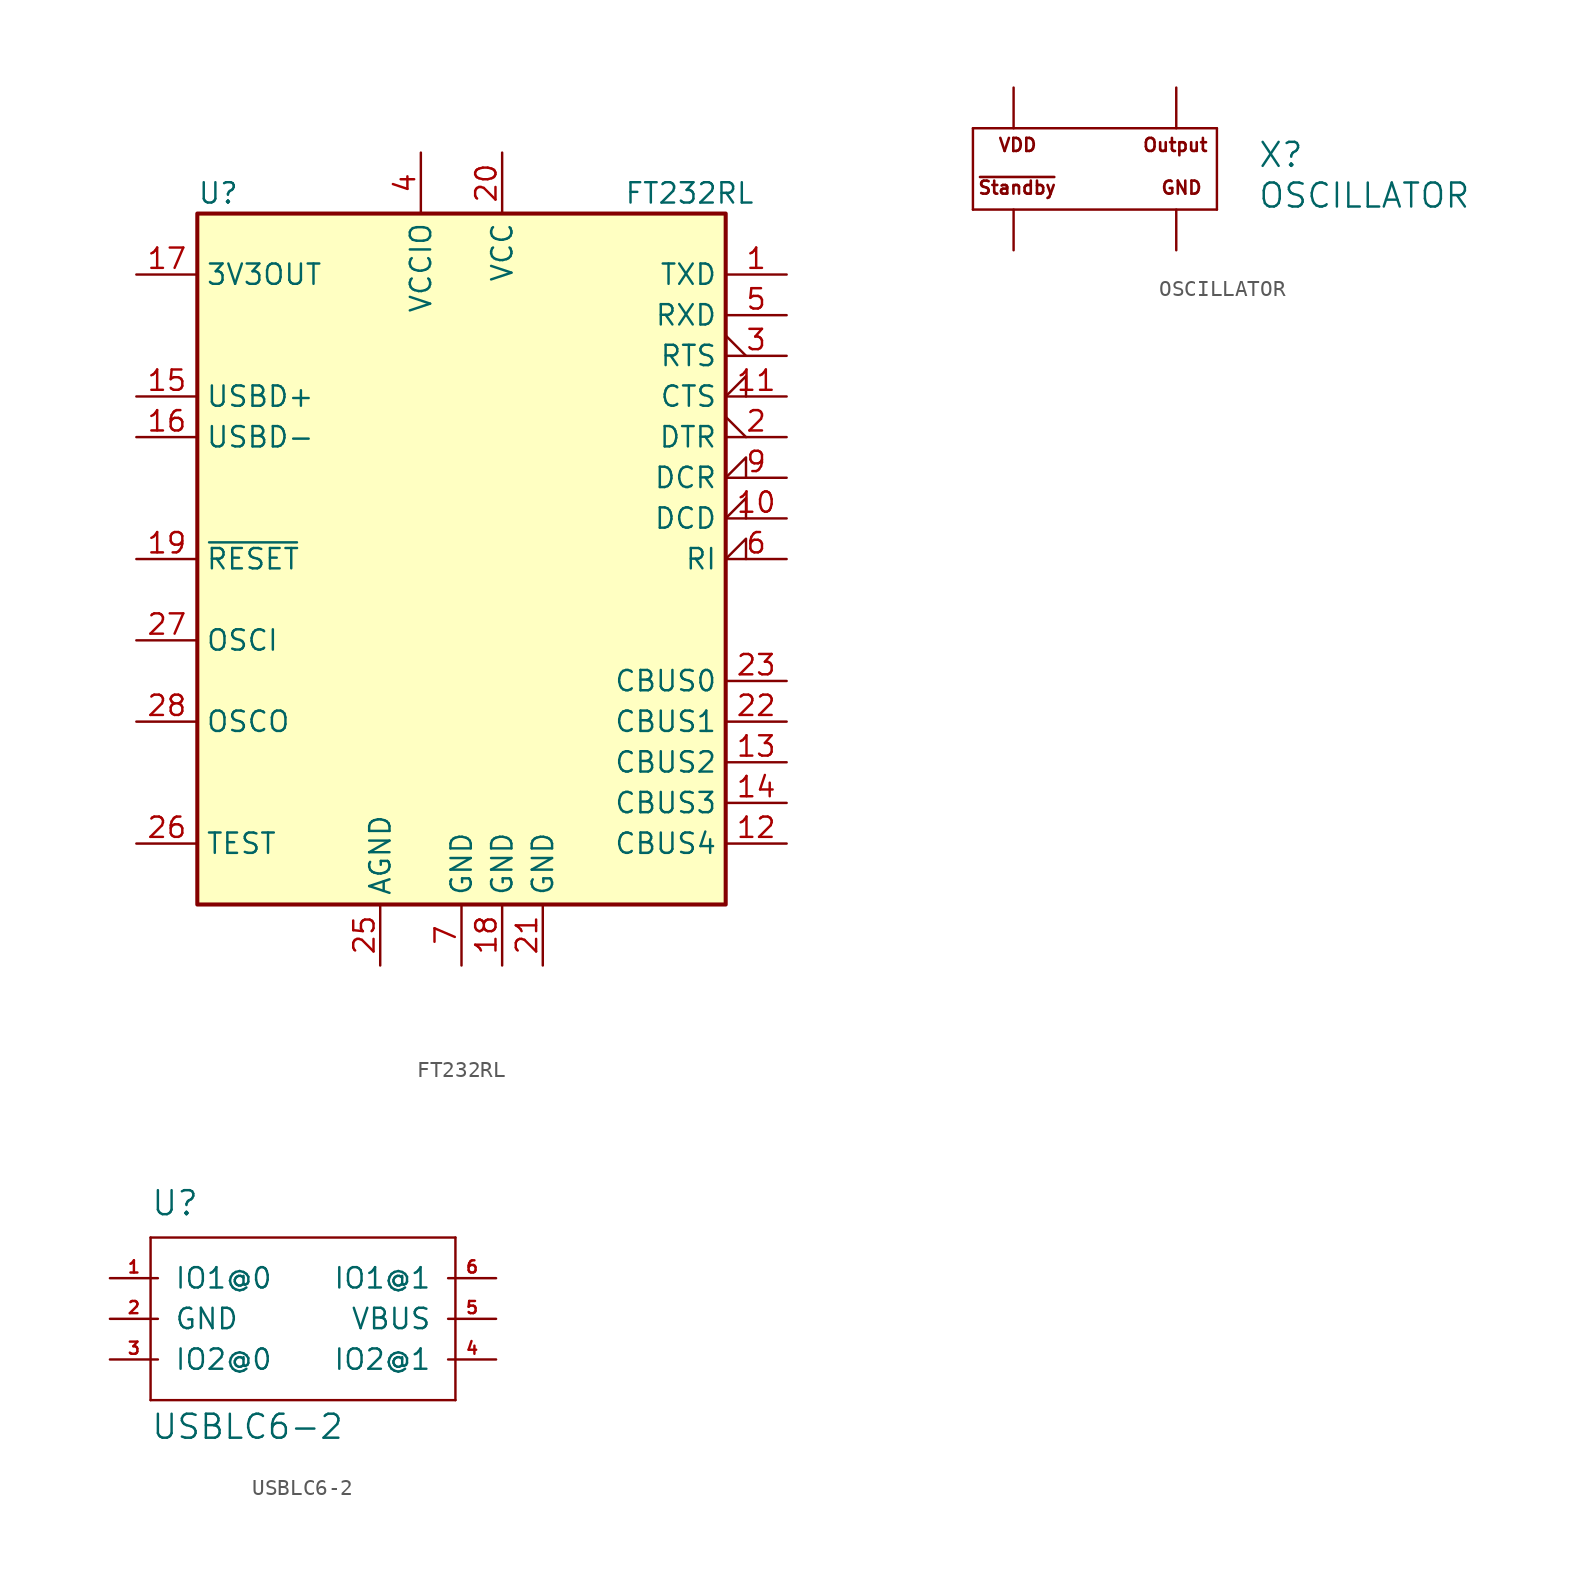
<source format=kicad_sym>
(kicad_symbol_lib
  (version 20211014)
  (generator kicad_symbol_editor)
  (symbol "FT232RL"
    (property "Reference" "U"
      (at -16.51 22.86 0)
      (effects (font (size 1.27 1.27)) (justify left)))
    (property "Value" "FT232RL"
      (at 10.16 22.86 0)
      (effects (font (size 1.27 1.27)) (justify left)))
    (symbol "FT232RL_0_0"
      (pin no_connect line (at 8.89 0 180) (length 2.54) hide (name "N.C." (effects (font (size 1.27 1.27)))) (number "24" (effects (font (size 1.27 1.27)))))
      (pin no_connect line (at 8.89 2.54 180) (length 2.54) hide (name "N.C." (effects (font (size 1.27 1.27)))) (number "8" (effects (font (size 1.27 1.27))))))
    (symbol "FT232RL_0_1"
      (rectangle (start -16.51 21.59) (end 16.51 -21.59) (stroke (width 0.254) (type default) (color 0 0 0 0)) (fill (type background))))
    (symbol "FT232RL_1_1"
      (pin output line (at 20.32 17.78 180) (length 3.81) (name "TXD" (effects (font (size 1.27 1.27)))) (number "1" (effects (font (size 1.27 1.27)))))
      (pin input input_low (at 20.32 2.54 180) (length 3.81) (name "DCD" (effects (font (size 1.27 1.27)))) (number "10" (effects (font (size 1.27 1.27)))))
      (pin input input_low (at 20.32 10.16 180) (length 3.81) (name "CTS" (effects (font (size 1.27 1.27)))) (number "11" (effects (font (size 1.27 1.27)))))
      (pin bidirectional line (at 20.32 -17.78 180) (length 3.81) (name "CBUS4" (effects (font (size 1.27 1.27)))) (number "12" (effects (font (size 1.27 1.27)))))
      (pin bidirectional line (at 20.32 -12.7 180) (length 3.81) (name "CBUS2" (effects (font (size 1.27 1.27)))) (number "13" (effects (font (size 1.27 1.27)))))
      (pin bidirectional line (at 20.32 -15.24 180) (length 3.81) (name "CBUS3" (effects (font (size 1.27 1.27)))) (number "14" (effects (font (size 1.27 1.27)))))
      (pin bidirectional line (at -20.32 10.16 0) (length 3.81) (name "USBD+" (effects (font (size 1.27 1.27)))) (number "15" (effects (font (size 1.27 1.27)))))
      (pin bidirectional line (at -20.32 7.62 0) (length 3.81) (name "USBD-" (effects (font (size 1.27 1.27)))) (number "16" (effects (font (size 1.27 1.27)))))
      (pin power_out line (at -20.32 17.78 0) (length 3.81) (name "3V3OUT" (effects (font (size 1.27 1.27)))) (number "17" (effects (font (size 1.27 1.27)))))
      (pin power_in line (at 2.54 -25.4 90) (length 3.81) (name "GND" (effects (font (size 1.27 1.27)))) (number "18" (effects (font (size 1.27 1.27)))))
      (pin input line (at -20.32 0 0) (length 3.81) (name "~{RESET}" (effects (font (size 1.27 1.27)))) (number "19" (effects (font (size 1.27 1.27)))))
      (pin output output_low (at 20.32 7.62 180) (length 3.81) (name "DTR" (effects (font (size 1.27 1.27)))) (number "2" (effects (font (size 1.27 1.27)))))
      (pin power_in line (at 2.54 25.4 270) (length 3.81) (name "VCC" (effects (font (size 1.27 1.27)))) (number "20" (effects (font (size 1.27 1.27)))))
      (pin power_in line (at 5.08 -25.4 90) (length 3.81) (name "GND" (effects (font (size 1.27 1.27)))) (number "21" (effects (font (size 1.27 1.27)))))
      (pin bidirectional line (at 20.32 -10.16 180) (length 3.81) (name "CBUS1" (effects (font (size 1.27 1.27)))) (number "22" (effects (font (size 1.27 1.27)))))
      (pin bidirectional line (at 20.32 -7.62 180) (length 3.81) (name "CBUS0" (effects (font (size 1.27 1.27)))) (number "23" (effects (font (size 1.27 1.27)))))
      (pin power_in line (at -5.08 -25.4 90) (length 3.81) (name "AGND" (effects (font (size 1.27 1.27)))) (number "25" (effects (font (size 1.27 1.27)))))
      (pin input line (at -20.32 -17.78 0) (length 3.81) (name "TEST" (effects (font (size 1.27 1.27)))) (number "26" (effects (font (size 1.27 1.27)))))
      (pin input line (at -20.32 -5.08 0) (length 3.81) (name "OSCI" (effects (font (size 1.27 1.27)))) (number "27" (effects (font (size 1.27 1.27)))))
      (pin output line (at -20.32 -10.16 0) (length 3.81) (name "OSCO" (effects (font (size 1.27 1.27)))) (number "28" (effects (font (size 1.27 1.27)))))
      (pin output output_low (at 20.32 12.7 180) (length 3.81) (name "RTS" (effects (font (size 1.27 1.27)))) (number "3" (effects (font (size 1.27 1.27)))))
      (pin power_in line (at -2.54 25.4 270) (length 3.81) (name "VCCIO" (effects (font (size 1.27 1.27)))) (number "4" (effects (font (size 1.27 1.27)))))
      (pin input line (at 20.32 15.24 180) (length 3.81) (name "RXD" (effects (font (size 1.27 1.27)))) (number "5" (effects (font (size 1.27 1.27)))))
      (pin input input_low (at 20.32 0 180) (length 3.81) (name "RI" (effects (font (size 1.27 1.27)))) (number "6" (effects (font (size 1.27 1.27)))))
      (pin power_in line (at 0 -25.4 90) (length 3.81) (name "GND" (effects (font (size 1.27 1.27)))) (number "7" (effects (font (size 1.27 1.27)))))
      (pin input input_low (at 20.32 5.08 180) (length 3.81) (name "DCR" (effects (font (size 1.27 1.27)))) (number "9" (effects (font (size 1.27 1.27)))))))
  (symbol "OSCILLATOR"
    (pin_names
      (offset 1.016))
    (property "Reference" "X"
      (at 10.16 0 0)
      (effects (font (size 1.499 1.499)) (justify left bottom)))
    (property "Value" "OSCILLATOR"
      (at 10.16 -2.54 0)
      (effects (font (size 1.499 1.499)) (justify left bottom)))
    (symbol "OSCILLATOR_1_0"
      (polyline (pts (xy -7.62 -2.54) (xy -7.62 2.54)) (stroke (width 0) (type default) (color 0 0 0 0)) (fill (type none)))
      (polyline (pts (xy -7.62 2.54) (xy 7.62 2.54)) (stroke (width 0) (type default) (color 0 0 0 0)) (fill (type none)))
      (polyline (pts (xy 7.62 -2.54) (xy -7.62 -2.54)) (stroke (width 0) (type default) (color 0 0 0 0)) (fill (type none)))
      (polyline (pts (xy 7.62 2.54) (xy 7.62 -2.54)) (stroke (width 0) (type default) (color 0 0 0 0)) (fill (type none)))
      (text "GND" (at 4.064 -1.651 0) (effects (font (size 0.813 0.813) bold) (justify left bottom)))
      (text "Output" (at 2.921 1.016 0) (effects (font (size 0.813 0.813) bold) (justify left bottom)))
      (text "VDD" (at -6.096 1.016 0) (effects (font (size 0.813 0.813) bold) (justify left bottom)))
      (text "~{Standby}" (at -7.366 -1.651 0) (effects (font (size 0.813 0.813) bold) (justify left bottom)))
      (pin passive line (at -5.08 -5.08 90) (length 2.54) (name "STANDBY#" (effects (font (size 0 0)))) (number "1" (effects (font (size 0 0)))))
      (pin passive line (at 5.08 -5.08 90) (length 2.54) (name "GND" (effects (font (size 0 0)))) (number "2" (effects (font (size 0 0)))))
      (pin passive line (at 5.08 5.08 270) (length 2.54) (name "OUTPUT" (effects (font (size 0 0)))) (number "3" (effects (font (size 0 0)))))
      (pin passive line (at -5.08 5.08 270) (length 2.54) (name "VDD" (effects (font (size 0 0)))) (number "4" (effects (font (size 0 0)))))))
  (symbol "USBLC6-2"
    (pin_names
      (offset 1.016))
    (property "Reference" "U"
      (at -10.16 8.89 0)
      (effects (font (size 1.499 1.499)) (justify left bottom)))
    (property "Value" "USBLC6-2"
      (at -10.16 -5.08 0)
      (effects (font (size 1.499 1.499)) (justify left bottom)))
    (symbol "USBLC6-2_1_0"
      (polyline (pts (xy -10.16 -2.54) (xy 8.89 -2.54)) (stroke (width 0) (type default) (color 0 0 0 0)) (fill (type none)))
      (polyline (pts (xy -10.16 7.62) (xy -10.16 -2.54)) (stroke (width 0) (type default) (color 0 0 0 0)) (fill (type none)))
      (polyline (pts (xy 8.89 -2.54) (xy 8.89 7.62)) (stroke (width 0) (type default) (color 0 0 0 0)) (fill (type none)))
      (polyline (pts (xy 8.89 7.62) (xy -10.16 7.62)) (stroke (width 0) (type default) (color 0 0 0 0)) (fill (type none)))
      (pin bidirectional line (at -12.7 5.08 0) (length 2.997) (name "IO1@0" (effects (font (size 1.27 1.27)))) (number "1" (effects (font (size 0.762 0.762)))))
      (pin power_in line (at -12.7 2.54 0) (length 2.997) (name "GND" (effects (font (size 1.27 1.27)))) (number "2" (effects (font (size 0.762 0.762)))))
      (pin bidirectional line (at -12.7 0 0) (length 2.997) (name "IO2@0" (effects (font (size 1.27 1.27)))) (number "3" (effects (font (size 0.762 0.762)))))
      (pin bidirectional line (at 11.43 0 180) (length 2.997) (name "IO2@1" (effects (font (size 1.27 1.27)))) (number "4" (effects (font (size 0.762 0.762)))))
      (pin power_in line (at 11.43 2.54 180) (length 2.997) (name "VBUS" (effects (font (size 1.27 1.27)))) (number "5" (effects (font (size 0.762 0.762)))))
      (pin bidirectional line (at 11.43 5.08 180) (length 2.997) (name "IO1@1" (effects (font (size 1.27 1.27)))) (number "6" (effects (font (size 0.762 0.762))))))))
</source>
